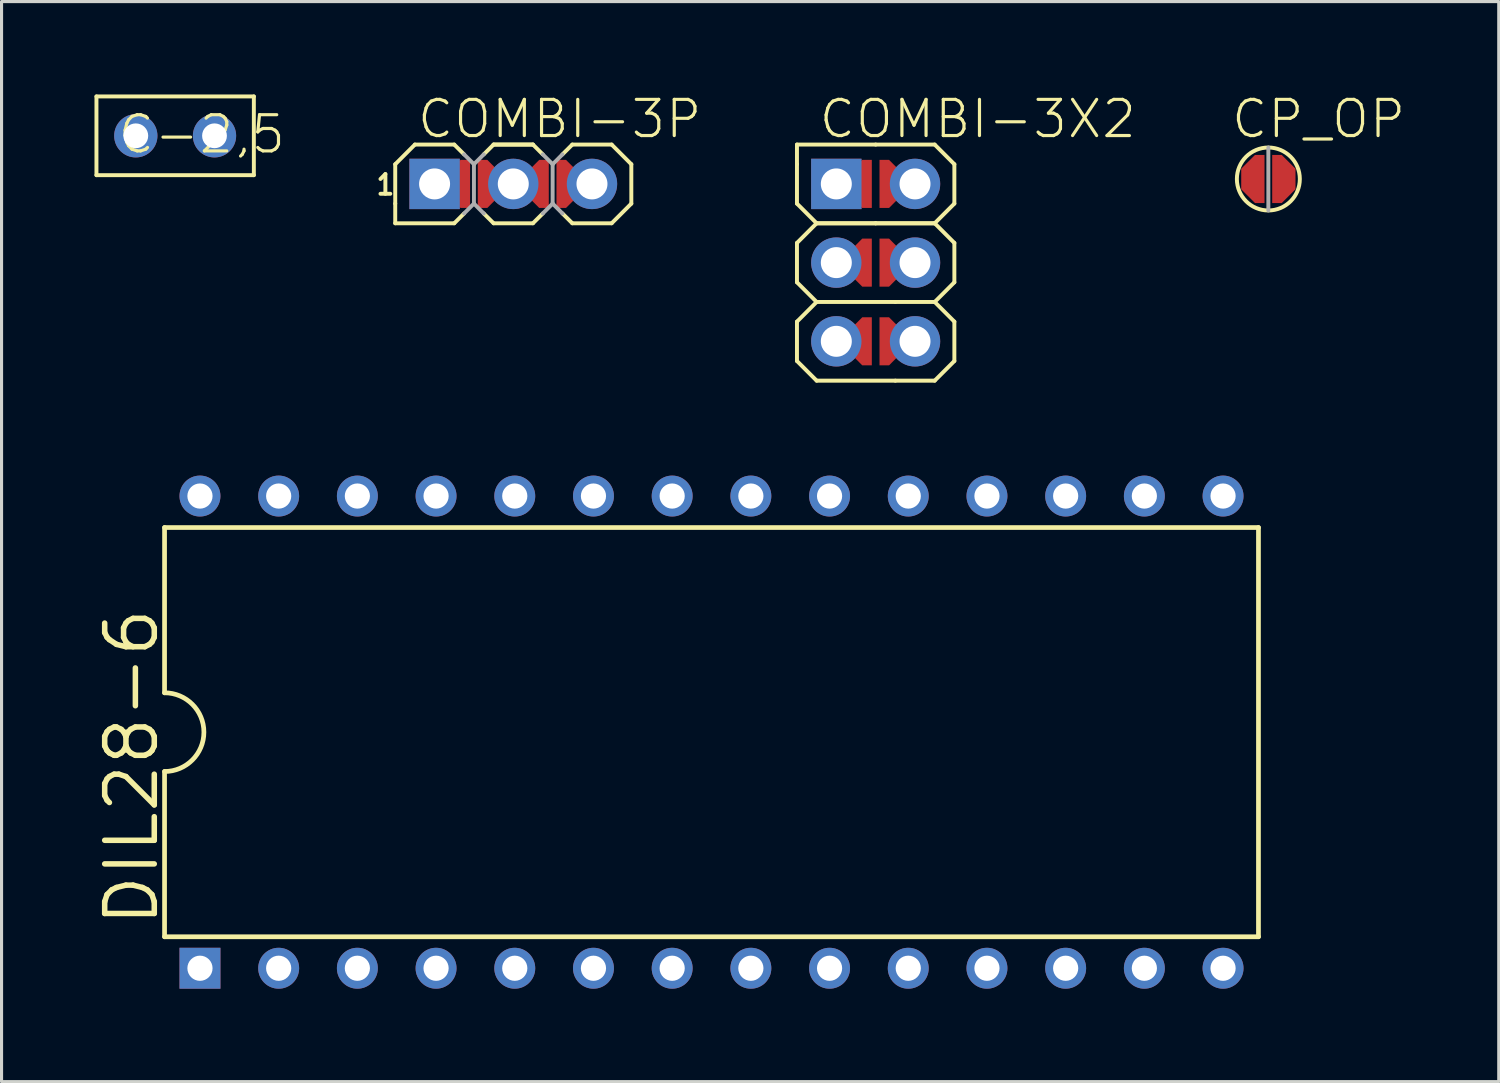
<source format=kicad_pcb>
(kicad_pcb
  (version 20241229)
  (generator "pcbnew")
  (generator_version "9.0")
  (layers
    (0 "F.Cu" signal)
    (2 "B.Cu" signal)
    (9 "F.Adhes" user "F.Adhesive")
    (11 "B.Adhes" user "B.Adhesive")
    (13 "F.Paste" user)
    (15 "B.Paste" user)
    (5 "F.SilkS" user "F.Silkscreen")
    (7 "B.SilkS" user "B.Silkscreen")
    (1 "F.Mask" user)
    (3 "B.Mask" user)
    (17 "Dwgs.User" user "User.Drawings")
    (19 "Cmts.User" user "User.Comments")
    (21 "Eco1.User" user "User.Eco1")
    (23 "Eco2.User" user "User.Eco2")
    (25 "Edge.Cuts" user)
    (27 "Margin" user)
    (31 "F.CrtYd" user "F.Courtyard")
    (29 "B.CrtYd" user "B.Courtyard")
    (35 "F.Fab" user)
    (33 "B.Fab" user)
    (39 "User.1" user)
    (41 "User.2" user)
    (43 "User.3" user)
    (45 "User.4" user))
  (footprint "COMBI-3P"
    (layer "F.Cu")
    (at 13.516 2.886)
    (property "Reference" "COMBI-3P" (at -3.159 -1.413 0) (layer "F.SilkS") (effects (font (size 1.168 1.168) (thickness 0.102)) (justify left bottom)))
    (fp_poly (pts (xy -1.394 0.776) (xy -1.702 0.776) (xy -1.987 0.49) (xy -1.987 -0.49) (xy -1.702 -0.776) (xy -1.394 -0.776)) (stroke (width 0) (type default)) (fill yes) (layer "F.Cu"))
    (fp_poly (pts (xy -0.553 -0.49) (xy -0.553 0.49) (xy -0.838 0.776) (xy -1.146 0.776) (xy -1.146 -0.776) (xy -0.838 -0.776)) (stroke (width 0) (type default)) (fill yes) (layer "F.Cu"))
    (fp_poly (pts (xy 1.146 0.776) (xy 0.838 0.776) (xy 0.553 0.49) (xy 0.553 -0.49) (xy 0.838 -0.776) (xy 1.146 -0.776)) (stroke (width 0) (type default)) (fill yes) (layer "F.Cu"))
    (fp_poly (pts (xy 1.987 -0.49) (xy 1.987 0.49) (xy 1.702 0.776) (xy 1.394 0.776) (xy 1.394 -0.776) (xy 1.702 -0.776)) (stroke (width 0) (type default)) (fill yes) (layer "F.Cu"))
    (fp_poly (pts (xy -0.465 -0.485) (xy -0.465 0.485) (xy -0.844 0.864) (xy -1.696 0.864) (xy -2.075 0.485) (xy -2.075 -0.485) (xy -1.696 -0.864) (xy -0.844 -0.864)) (stroke (width 0) (type default)) (fill yes) (layer "F.Mask"))
    (fp_poly (pts (xy 2.075 -0.485) (xy 2.075 0.485) (xy 1.696 0.864) (xy 0.844 0.864) (xy 0.465 0.485) (xy 0.465 -0.485) (xy 0.844 -0.864) (xy 1.696 -0.864)) (stroke (width 0) (type default)) (fill yes) (layer "F.Mask"))
    (fp_line (start -4.286 -0.159) (end -4.128 -0.318) (stroke (width 0.127) (type solid)) (layer "F.SilkS"))
    (fp_line (start -4.286 0.318) (end -3.969 0.318) (stroke (width 0.127) (type solid)) (layer "F.SilkS"))
    (fp_line (start -4.128 -0.318) (end -4.128 0.318) (stroke (width 0.127) (type solid)) (layer "F.SilkS"))
    (fp_line (start -3.81 -0.635) (end -3.81 0.635) (stroke (width 0.127) (type solid)) (layer "F.SilkS"))
    (fp_line (start -3.81 0.635) (end -3.81 1.27) (stroke (width 0.127) (type solid)) (layer "F.SilkS"))
    (fp_line (start -3.175 -1.27) (end -3.81 -0.635) (stroke (width 0.127) (type solid)) (layer "F.SilkS"))
    (fp_line (start -3.175 -1.27) (end -1.905 -1.27) (stroke (width 0.127) (type solid)) (layer "F.SilkS"))
    (fp_line (start -1.905 -1.27) (end -1.587 -0.953) (stroke (width 0.127) (type solid)) (layer "F.SilkS"))
    (fp_line (start -1.905 1.27) (end -3.81 1.27) (stroke (width 0.127) (type solid)) (layer "F.SilkS"))
    (fp_line (start -1.587 0.953) (end -1.905 1.27) (stroke (width 0.127) (type solid)) (layer "F.SilkS"))
    (fp_line (start -0.953 -0.953) (end -0.635 -1.27) (stroke (width 0.127) (type solid)) (layer "F.SilkS"))
    (fp_line (start -0.635 -1.27) (end 0.635 -1.27) (stroke (width 0.127) (type solid)) (layer "F.SilkS"))
    (fp_line (start -0.635 -1.27) (end 0.635 -1.27) (stroke (width 0.127) (type solid)) (layer "F.SilkS"))
    (fp_line (start -0.635 1.27) (end -0.953 0.953) (stroke (width 0.127) (type solid)) (layer "F.SilkS"))
    (fp_line (start 0.635 -1.27) (end 0.953 -0.953) (stroke (width 0.127) (type solid)) (layer "F.SilkS"))
    (fp_line (start 0.635 1.27) (end -0.635 1.27) (stroke (width 0.127) (type solid)) (layer "F.SilkS"))
    (fp_line (start 0.953 0.953) (end 0.635 1.27) (stroke (width 0.127) (type solid)) (layer "F.SilkS"))
    (fp_line (start 1.587 -0.953) (end 1.905 -1.27) (stroke (width 0.127) (type solid)) (layer "F.SilkS"))
    (fp_line (start 1.905 -1.27) (end 3.175 -1.27) (stroke (width 0.127) (type solid)) (layer "F.SilkS"))
    (fp_line (start 1.905 1.27) (end 1.587 0.953) (stroke (width 0.127) (type solid)) (layer "F.SilkS"))
    (fp_line (start 3.175 -1.27) (end 3.81 -0.635) (stroke (width 0.127) (type solid)) (layer "F.SilkS"))
    (fp_line (start 3.175 1.27) (end 1.905 1.27) (stroke (width 0.127) (type solid)) (layer "F.SilkS"))
    (fp_line (start 3.81 -0.635) (end 3.81 0.635) (stroke (width 0.127) (type solid)) (layer "F.SilkS"))
    (fp_line (start 3.81 0.635) (end 3.175 1.27) (stroke (width 0.127) (type solid)) (layer "F.SilkS"))
    (fp_line (start -1.587 -0.953) (end -1.27 -0.635) (stroke (width 0.127) (type solid)) (layer "F.Fab"))
    (fp_line (start -1.27 -0.635) (end -1.27 0.635) (stroke (width 0.127) (type solid)) (layer "F.Fab"))
    (fp_line (start -1.27 -0.635) (end -0.953 -0.953) (stroke (width 0.127) (type solid)) (layer "F.Fab"))
    (fp_line (start -1.27 0.635) (end -1.587 0.953) (stroke (width 0.127) (type solid)) (layer "F.Fab"))
    (fp_line (start -0.953 0.953) (end -1.27 0.635) (stroke (width 0.127) (type solid)) (layer "F.Fab"))
    (fp_line (start 0.953 -0.953) (end 1.27 -0.635) (stroke (width 0.127) (type solid)) (layer "F.Fab"))
    (fp_line (start 1.27 -0.635) (end 1.27 0.635) (stroke (width 0.127) (type solid)) (layer "F.Fab"))
    (fp_line (start 1.27 -0.635) (end 1.587 -0.953) (stroke (width 0.127) (type solid)) (layer "F.Fab"))
    (fp_line (start 1.27 0.635) (end 0.953 0.953) (stroke (width 0.127) (type solid)) (layer "F.Fab"))
    (fp_line (start 1.587 0.953) (end 1.27 0.635) (stroke (width 0.127) (type solid)) (layer "F.Fab"))
    (fp_poly (pts (xy -2.794 0.254) (xy -2.286 0.254) (xy -2.286 -0.254) (xy -2.794 -0.254)) (stroke (width 0.1) (type default)) (fill no) (layer "F.Fab"))
    (fp_poly (pts (xy -0.254 0.254) (xy 0.254 0.254) (xy 0.254 -0.254) (xy -0.254 -0.254)) (stroke (width 0.1) (type default)) (fill no) (layer "F.Fab"))
    (fp_poly (pts (xy 2.286 0.254) (xy 2.794 0.254) (xy 2.794 -0.254) (xy 2.286 -0.254)) (stroke (width 0.1) (type default)) (fill no) (layer "F.Fab"))
    (pad "1" thru_hole rect (at -2.54 0) (size 1.626 1.626) (drill 1) (layers "*.Cu" "*.Mask"))
    (pad "2" thru_hole circle (at 0 0) (size 1.626 1.626) (drill 1) (layers "*.Cu" "*.Mask"))
    (pad "3" thru_hole circle (at 2.54 0) (size 1.626 1.626) (drill 1) (layers "*.Cu" "*.Mask")))
  (footprint "CP_OP"
    (layer "F.Cu")
    (at 37.886 2.727)
    (property "Reference" "CP_OP" (at -1.254 -1.254 0) (layer "F.SilkS") (effects (font (size 1.168 1.168) (thickness 0.102)) (justify left bottom)))
    (fp_poly (pts (xy -0.124 0.776) (xy -0.432 0.776) (xy -0.876 0.332) (xy -0.876 -0.332) (xy -0.432 -0.776) (xy -0.124 -0.776)) (stroke (width 0) (type default)) (fill yes) (layer "F.Cu"))
    (fp_poly (pts (xy 0.876 -0.332) (xy 0.876 0.332) (xy 0.432 0.776) (xy 0.124 0.776) (xy 0.124 -0.776) (xy 0.432 -0.776)) (stroke (width 0) (type default)) (fill yes) (layer "F.Cu"))
    (fp_poly (pts (xy 0.964 -0.326) (xy 0.964 0.326) (xy 0.426 0.864) (xy -0.426 0.864) (xy -0.964 0.326) (xy -0.964 -0.326) (xy -0.426 -0.864) (xy 0.426 -0.864)) (stroke (width 0) (type default)) (fill yes) (layer "F.Mask"))
    (fp_circle (center 0 0) (end 1.016 0) (stroke (width 0.127) (type solid)) (fill no) (layer "F.SilkS"))
    (fp_line (start 0 -1.016) (end 0 1.016) (stroke (width 0.127) (type solid)) (layer "F.Fab"))
    (pad "1" smd rect (at -0.4 0) (size 0.152 0.152) (layers "F.Cu" "F.Mask"))
    (pad "2" smd rect (at 0.4 0 180) (size 0.152 0.152) (layers "F.Cu" "F.Mask")))
  (footprint "C-2,5"
    (layer "F.Cu")
    (at 2.603 1.333)
    (property "Reference" "C-2,5" (at -1.905 0.635 0) (layer "F.SilkS") (effects (font (size 1.168 1.168) (thickness 0.102)) (justify left bottom)))
    (fp_line (start -2.54 -1.27) (end -2.54 1.27) (stroke (width 0.127) (type solid)) (layer "F.SilkS"))
    (fp_line (start -2.54 -1.27) (end 2.54 -1.27) (stroke (width 0.127) (type solid)) (layer "F.SilkS"))
    (fp_line (start 2.54 1.27) (end -2.54 1.27) (stroke (width 0.127) (type solid)) (layer "F.SilkS"))
    (fp_line (start 2.54 1.27) (end 2.54 -1.27) (stroke (width 0.127) (type solid)) (layer "F.SilkS"))
    (pad "1" thru_hole circle (at -1.27 0) (size 1.397 1.397) (drill 0.8) (layers "*.Cu" "*.Mask"))
    (pad "2" thru_hole circle (at 1.27 0) (size 1.397 1.397) (drill 0.8) (layers "*.Cu" "*.Mask")))
  (footprint "DIL28-6"
    (layer "F.Cu")
    (at 19.914 20.58)
    (property "Reference" "DIL28-6" (at -17.78 6.35 90) (layer "F.SilkS") (effects (font (size 1.6 1.6) (thickness 0.178)) (justify left bottom)))
    (fp_line (start -17.653 -6.604) (end -17.653 -1.27) (stroke (width 0.152) (type solid)) (layer "F.SilkS"))
    (fp_line (start -17.653 -6.604) (end 17.653 -6.604) (stroke (width 0.152) (type solid)) (layer "F.SilkS"))
    (fp_line (start -17.653 1.27) (end -17.653 6.604) (stroke (width 0.152) (type solid)) (layer "F.SilkS"))
    (fp_line (start -17.653 6.604) (end 17.653 6.604) (stroke (width 0.152) (type solid)) (layer "F.SilkS"))
    (fp_line (start 17.653 6.604) (end 17.653 -6.604) (stroke (width 0.152) (type solid)) (layer "F.SilkS"))
    (fp_arc (start -17.653 -1.27) (mid -16.383 0) (end -17.653 1.27) (stroke (width 0.1524) (type solid)) (layer "F.SilkS"))
    (pad "1" thru_hole rect (at -16.51 7.62 90) (size 1.321 1.321) (drill 0.813) (layers "*.Cu" "*.Mask"))
    (pad "2" thru_hole circle (at -13.97 7.62 90) (size 1.321 1.321) (drill 0.813) (layers "*.Cu" "*.Mask"))
    (pad "3" thru_hole circle (at -11.43 7.62 90) (size 1.321 1.321) (drill 0.813) (layers "*.Cu" "*.Mask"))
    (pad "4" thru_hole circle (at -8.89 7.62 90) (size 1.321 1.321) (drill 0.813) (layers "*.Cu" "*.Mask"))
    (pad "5" thru_hole circle (at -6.35 7.62 90) (size 1.321 1.321) (drill 0.813) (layers "*.Cu" "*.Mask"))
    (pad "6" thru_hole circle (at -3.81 7.62 90) (size 1.321 1.321) (drill 0.813) (layers "*.Cu" "*.Mask"))
    (pad "7" thru_hole circle (at -1.27 7.62 90) (size 1.321 1.321) (drill 0.813) (layers "*.Cu" "*.Mask"))
    (pad "8" thru_hole circle (at 1.27 7.62 90) (size 1.321 1.321) (drill 0.813) (layers "*.Cu" "*.Mask"))
    (pad "9" thru_hole circle (at 3.81 7.62 90) (size 1.321 1.321) (drill 0.813) (layers "*.Cu" "*.Mask"))
    (pad "10" thru_hole circle (at 6.35 7.62 90) (size 1.321 1.321) (drill 0.813) (layers "*.Cu" "*.Mask"))
    (pad "11" thru_hole circle (at 8.89 7.62 90) (size 1.321 1.321) (drill 0.813) (layers "*.Cu" "*.Mask"))
    (pad "12" thru_hole circle (at 11.43 7.62 90) (size 1.321 1.321) (drill 0.813) (layers "*.Cu" "*.Mask"))
    (pad "13" thru_hole circle (at 13.97 7.62 90) (size 1.321 1.321) (drill 0.813) (layers "*.Cu" "*.Mask"))
    (pad "14" thru_hole circle (at 16.51 7.62 90) (size 1.321 1.321) (drill 0.813) (layers "*.Cu" "*.Mask"))
    (pad "15" thru_hole circle (at 16.51 -7.62 90) (size 1.321 1.321) (drill 0.813) (layers "*.Cu" "*.Mask"))
    (pad "16" thru_hole circle (at 13.97 -7.62 90) (size 1.321 1.321) (drill 0.813) (layers "*.Cu" "*.Mask"))
    (pad "17" thru_hole circle (at 11.43 -7.62 90) (size 1.321 1.321) (drill 0.813) (layers "*.Cu" "*.Mask"))
    (pad "18" thru_hole circle (at 8.89 -7.62 90) (size 1.321 1.321) (drill 0.813) (layers "*.Cu" "*.Mask"))
    (pad "19" thru_hole circle (at 6.35 -7.62 90) (size 1.321 1.321) (drill 0.813) (layers "*.Cu" "*.Mask"))
    (pad "20" thru_hole circle (at 3.81 -7.62 90) (size 1.321 1.321) (drill 0.813) (layers "*.Cu" "*.Mask"))
    (pad "21" thru_hole circle (at 1.27 -7.62 90) (size 1.321 1.321) (drill 0.813) (layers "*.Cu" "*.Mask"))
    (pad "22" thru_hole circle (at -1.27 -7.62 90) (size 1.321 1.321) (drill 0.813) (layers "*.Cu" "*.Mask"))
    (pad "23" thru_hole circle (at -3.81 -7.62 90) (size 1.321 1.321) (drill 0.813) (layers "*.Cu" "*.Mask"))
    (pad "24" thru_hole circle (at -6.35 -7.62 90) (size 1.321 1.321) (drill 0.813) (layers "*.Cu" "*.Mask"))
    (pad "25" thru_hole circle (at -8.89 -7.62 90) (size 1.321 1.321) (drill 0.813) (layers "*.Cu" "*.Mask"))
    (pad "26" thru_hole circle (at -11.43 -7.62 90) (size 1.321 1.321) (drill 0.813) (layers "*.Cu" "*.Mask"))
    (pad "27" thru_hole circle (at -13.97 -7.62 90) (size 1.321 1.321) (drill 0.813) (layers "*.Cu" "*.Mask"))
    (pad "28" thru_hole circle (at -16.51 -7.62 90) (size 1.321 1.321) (drill 0.813) (layers "*.Cu" "*.Mask")))
  (footprint "COMBI-3X2"
    (layer "F.Cu")
    (at 25.212 5.426)
    (property "Reference" "COMBI-3X2" (at -1.889 -3.953 0) (layer "F.SilkS") (effects (font (size 1.168 1.168) (thickness 0.102)) (justify left bottom)))
    (fp_poly (pts (xy -0.124 -1.764) (xy -0.432 -1.764) (xy -0.717 -2.05) (xy -0.717 -3.03) (xy -0.432 -3.316) (xy -0.124 -3.316)) (stroke (width 0) (type default)) (fill yes) (layer "F.Cu"))
    (fp_poly (pts (xy -0.124 0.776) (xy -0.432 0.776) (xy -0.717 0.49) (xy -0.717 -0.49) (xy -0.432 -0.776) (xy -0.124 -0.776)) (stroke (width 0) (type default)) (fill yes) (layer "F.Cu"))
    (fp_poly (pts (xy -0.124 3.316) (xy -0.432 3.316) (xy -0.717 3.03) (xy -0.717 2.05) (xy -0.432 1.764) (xy -0.124 1.764)) (stroke (width 0) (type default)) (fill yes) (layer "F.Cu"))
    (fp_poly (pts (xy 0.717 -3.03) (xy 0.717 -2.05) (xy 0.432 -1.764) (xy 0.124 -1.764) (xy 0.124 -3.316) (xy 0.432 -3.316)) (stroke (width 0) (type default)) (fill yes) (layer "F.Cu"))
    (fp_poly (pts (xy 0.717 -0.49) (xy 0.717 0.49) (xy 0.432 0.776) (xy 0.124 0.776) (xy 0.124 -0.776) (xy 0.432 -0.776)) (stroke (width 0) (type default)) (fill yes) (layer "F.Cu"))
    (fp_poly (pts (xy 0.717 2.05) (xy 0.717 3.03) (xy 0.432 3.316) (xy 0.124 3.316) (xy 0.124 1.764) (xy 0.432 1.764)) (stroke (width 0) (type default)) (fill yes) (layer "F.Cu"))
    (fp_poly (pts (xy 0.805 -3.025) (xy 0.805 -2.055) (xy 0.426 -1.677) (xy -0.426 -1.677) (xy -0.805 -2.055) (xy -0.805 -3.025) (xy -0.426 -3.404) (xy 0.426 -3.404)) (stroke (width 0) (type default)) (fill yes) (layer "F.Mask"))
    (fp_poly (pts (xy 0.805 -0.485) (xy 0.805 0.485) (xy 0.426 0.864) (xy -0.426 0.864) (xy -0.805 0.485) (xy -0.805 -0.485) (xy -0.426 -0.864) (xy 0.426 -0.864)) (stroke (width 0) (type default)) (fill yes) (layer "F.Mask"))
    (fp_poly (pts (xy 0.805 2.055) (xy 0.805 3.025) (xy 0.426 3.404) (xy -0.426 3.404) (xy -0.805 3.025) (xy -0.805 2.055) (xy -0.426 1.677) (xy 0.426 1.677)) (stroke (width 0) (type default)) (fill yes) (layer "F.Mask"))
    (fp_line (start -2.54 -3.81) (end -2.54 -3.175) (stroke (width 0.127) (type solid)) (layer "F.SilkS"))
    (fp_line (start -2.54 -3.81) (end 0 -3.81) (stroke (width 0.127) (type solid)) (layer "F.SilkS"))
    (fp_line (start -2.54 -3.175) (end -2.54 -1.905) (stroke (width 0.127) (type solid)) (layer "F.SilkS"))
    (fp_line (start -2.54 -1.905) (end -1.905 -1.27) (stroke (width 0.127) (type solid)) (layer "F.SilkS"))
    (fp_line (start -2.54 -0.635) (end -2.54 0.635) (stroke (width 0.127) (type solid)) (layer "F.SilkS"))
    (fp_line (start -2.54 0.635) (end -1.905 1.27) (stroke (width 0.127) (type solid)) (layer "F.SilkS"))
    (fp_line (start -2.54 1.905) (end -2.54 3.175) (stroke (width 0.127) (type solid)) (layer "F.SilkS"))
    (fp_line (start -2.54 3.175) (end -1.905 3.81) (stroke (width 0.127) (type solid)) (layer "F.SilkS"))
    (fp_line (start -1.905 -1.27) (end -2.54 -0.635) (stroke (width 0.127) (type solid)) (layer "F.SilkS"))
    (fp_line (start -1.905 -1.27) (end 0 -1.27) (stroke (width 0.127) (type solid)) (layer "F.SilkS"))
    (fp_line (start -1.905 1.27) (end -2.54 1.905) (stroke (width 0.127) (type solid)) (layer "F.SilkS"))
    (fp_line (start 0 -3.81) (end 1.905 -3.81) (stroke (width 0.127) (type solid)) (layer "F.SilkS"))
    (fp_line (start 0 -1.27) (end -1.905 -1.27) (stroke (width 0.127) (type solid)) (layer "F.SilkS"))
    (fp_line (start 0 -1.27) (end 1.905 -1.27) (stroke (width 0.127) (type solid)) (layer "F.SilkS"))
    (fp_line (start 0.635 1.27) (end -1.905 1.27) (stroke (width 0.127) (type solid)) (layer "F.SilkS"))
    (fp_line (start 0.635 3.81) (end -1.905 3.81) (stroke (width 0.127) (type solid)) (layer "F.SilkS"))
    (fp_line (start 1.905 -3.81) (end 2.54 -3.175) (stroke (width 0.127) (type solid)) (layer "F.SilkS"))
    (fp_line (start 1.905 -1.27) (end 0 -1.27) (stroke (width 0.127) (type solid)) (layer "F.SilkS"))
    (fp_line (start 1.905 -1.27) (end 2.54 -0.635) (stroke (width 0.127) (type solid)) (layer "F.SilkS"))
    (fp_line (start 1.905 1.27) (end 0.635 1.27) (stroke (width 0.127) (type solid)) (layer "F.SilkS"))
    (fp_line (start 1.905 1.27) (end 2.54 1.905) (stroke (width 0.127) (type solid)) (layer "F.SilkS"))
    (fp_line (start 1.905 3.81) (end 0.635 3.81) (stroke (width 0.127) (type solid)) (layer "F.SilkS"))
    (fp_line (start 2.54 -3.175) (end 2.54 -1.905) (stroke (width 0.127) (type solid)) (layer "F.SilkS"))
    (fp_line (start 2.54 -1.905) (end 1.905 -1.27) (stroke (width 0.127) (type solid)) (layer "F.SilkS"))
    (fp_line (start 2.54 -0.635) (end 2.54 0.635) (stroke (width 0.127) (type solid)) (layer "F.SilkS"))
    (fp_line (start 2.54 0.635) (end 1.905 1.27) (stroke (width 0.127) (type solid)) (layer "F.SilkS"))
    (fp_line (start 2.54 1.905) (end 2.54 3.175) (stroke (width 0.127) (type solid)) (layer "F.SilkS"))
    (fp_line (start 2.54 3.175) (end 1.905 3.81) (stroke (width 0.127) (type solid)) (layer "F.SilkS"))
    (fp_poly (pts (xy -1.524 -2.286) (xy -1.016 -2.286) (xy -1.016 -2.794) (xy -1.524 -2.794)) (stroke (width 0.1) (type default)) (fill no) (layer "F.Fab"))
    (fp_poly (pts (xy -1.524 0.254) (xy -1.016 0.254) (xy -1.016 -0.254) (xy -1.524 -0.254)) (stroke (width 0.1) (type default)) (fill no) (layer "F.Fab"))
    (fp_poly (pts (xy -1.524 2.794) (xy -1.016 2.794) (xy -1.016 2.286) (xy -1.524 2.286)) (stroke (width 0.1) (type default)) (fill no) (layer "F.Fab"))
    (fp_poly (pts (xy 1.016 -2.286) (xy 1.524 -2.286) (xy 1.524 -2.794) (xy 1.016 -2.794)) (stroke (width 0.1) (type default)) (fill no) (layer "F.Fab"))
    (fp_poly (pts (xy 1.016 0.254) (xy 1.524 0.254) (xy 1.524 -0.254) (xy 1.016 -0.254)) (stroke (width 0.1) (type default)) (fill no) (layer "F.Fab"))
    (fp_poly (pts (xy 1.016 2.794) (xy 1.524 2.794) (xy 1.524 2.286) (xy 1.016 2.286)) (stroke (width 0.1) (type default)) (fill no) (layer "F.Fab"))
    (pad "1" thru_hole rect (at -1.27 -2.54) (size 1.626 1.626) (drill 1) (layers "*.Cu" "*.Mask"))
    (pad "2" thru_hole circle (at 1.27 -2.54) (size 1.626 1.626) (drill 1) (layers "*.Cu" "*.Mask"))
    (pad "3" thru_hole circle (at -1.27 0) (size 1.626 1.626) (drill 1) (layers "*.Cu" "*.Mask"))
    (pad "4" thru_hole circle (at 1.27 0) (size 1.626 1.626) (drill 1) (layers "*.Cu" "*.Mask"))
    (pad "5" thru_hole circle (at -1.27 2.54) (size 1.626 1.626) (drill 1) (layers "*.Cu" "*.Mask"))
    (pad "6" thru_hole circle (at 1.27 2.54) (size 1.626 1.626) (drill 1) (layers "*.Cu" "*.Mask")))
  (gr_rect
    (start -3 -3)
    (end 45.322 31.86)
    (stroke (width 0.1) (type default))
    (fill no)
    (layer "Edge.Cuts")))
</source>
